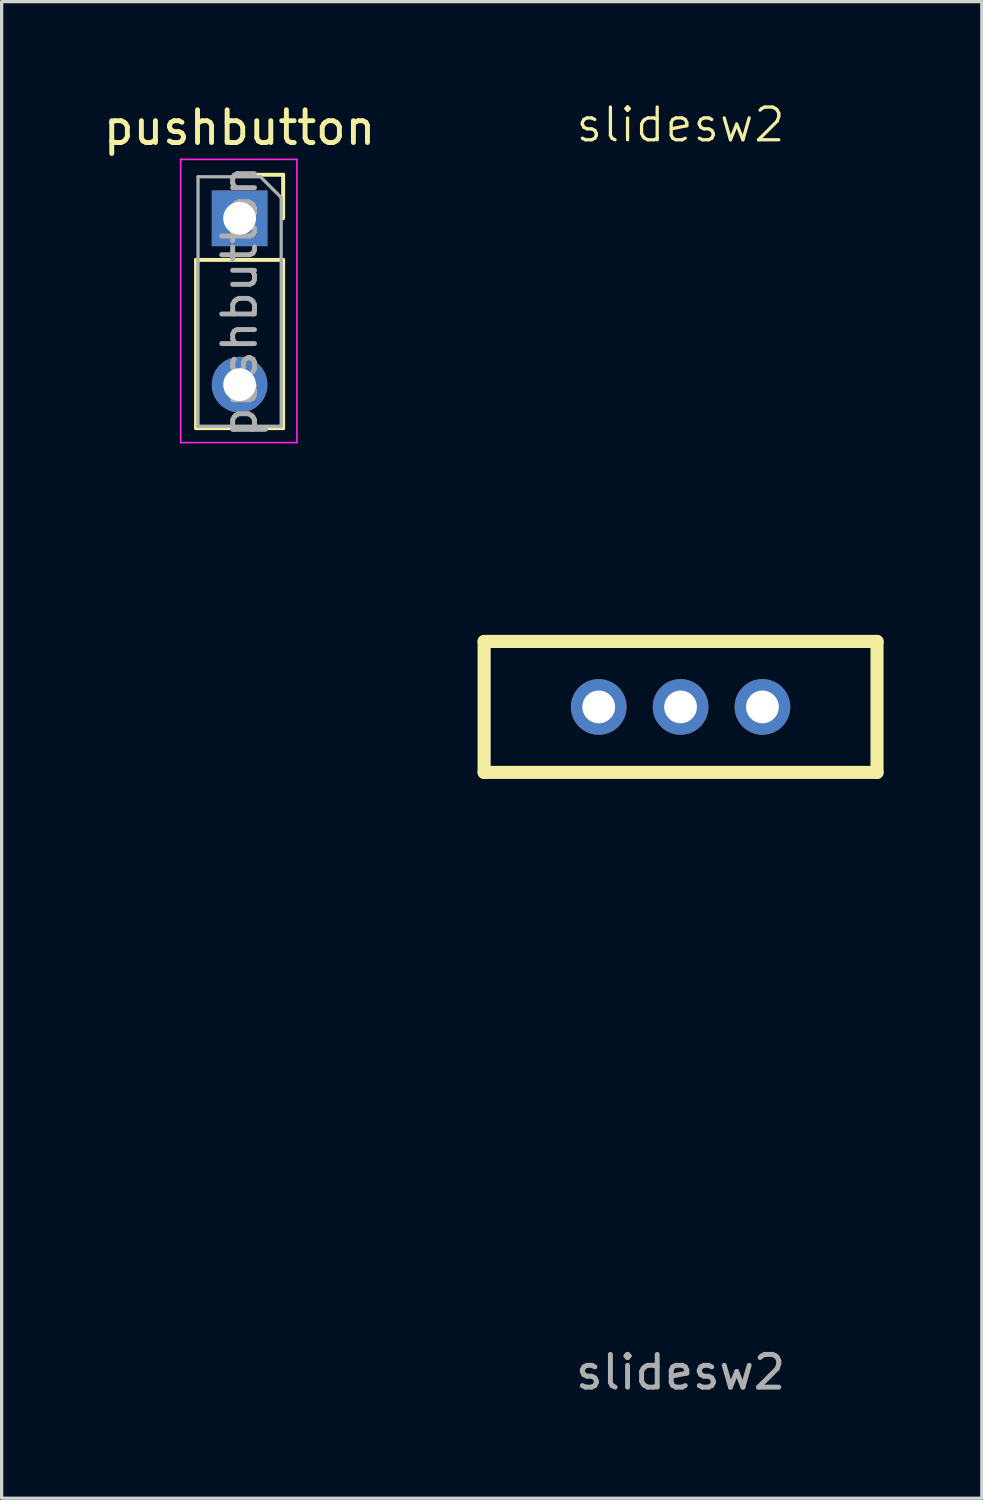
<source format=kicad_pcb>
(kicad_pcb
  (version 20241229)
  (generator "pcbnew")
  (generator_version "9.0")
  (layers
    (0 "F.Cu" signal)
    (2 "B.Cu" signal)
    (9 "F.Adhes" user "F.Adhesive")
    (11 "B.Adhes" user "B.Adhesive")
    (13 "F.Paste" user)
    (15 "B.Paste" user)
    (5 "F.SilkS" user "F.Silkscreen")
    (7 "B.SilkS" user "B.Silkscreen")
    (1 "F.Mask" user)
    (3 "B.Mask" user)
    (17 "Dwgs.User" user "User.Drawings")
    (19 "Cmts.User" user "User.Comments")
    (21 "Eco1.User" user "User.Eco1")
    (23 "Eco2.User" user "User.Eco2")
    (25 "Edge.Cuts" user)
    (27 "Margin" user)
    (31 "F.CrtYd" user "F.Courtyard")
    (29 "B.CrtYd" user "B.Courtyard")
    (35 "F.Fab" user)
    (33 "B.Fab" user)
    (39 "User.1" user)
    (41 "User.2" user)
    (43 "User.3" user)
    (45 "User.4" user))
  (footprint "pushbutton"
    (layer "F.Cu")
    (at 4.268 3.618)
    (property "Reference" "pushbutton" (at 0 -2.77 0) (layer "F.SilkS") (effects (font (size 1 1) (thickness 0.15))))
    (attr through_hole)
    (fp_line (start -1.33 1.27) (end -1.33 6.41) (stroke (width 0.12) (type solid)) (layer "F.SilkS"))
    (fp_line (start -1.33 1.27) (end 1.33 1.27) (stroke (width 0.12) (type solid)) (layer "F.SilkS"))
    (fp_line (start -1.33 6.41) (end 1.33 6.41) (stroke (width 0.12) (type solid)) (layer "F.SilkS"))
    (fp_line (start 0 -1.33) (end 1.33 -1.33) (stroke (width 0.12) (type solid)) (layer "F.SilkS"))
    (fp_line (start 1.33 -1.33) (end 1.33 0) (stroke (width 0.12) (type solid)) (layer "F.SilkS"))
    (fp_line (start 1.33 1.27) (end 1.33 6.41) (stroke (width 0.12) (type solid)) (layer "F.SilkS"))
    (fp_line (start -1.8 -1.8) (end 1.75 -1.8) (stroke (width 0.05) (type solid)) (layer "F.CrtYd"))
    (fp_line (start -1.8 6.85) (end -1.8 -1.8) (stroke (width 0.05) (type solid)) (layer "F.CrtYd"))
    (fp_line (start 1.75 -1.8) (end 1.75 6.85) (stroke (width 0.05) (type solid)) (layer "F.CrtYd"))
    (fp_line (start 1.75 6.85) (end -1.8 6.85) (stroke (width 0.05) (type solid)) (layer "F.CrtYd"))
    (fp_line (start -1.27 -1.27) (end 0.635 -1.27) (stroke (width 0.1) (type solid)) (layer "F.Fab"))
    (fp_line (start -1.27 6.35) (end -1.27 -1.27) (stroke (width 0.1) (type solid)) (layer "F.Fab"))
    (fp_line (start 0.635 -1.27) (end 1.27 -0.635) (stroke (width 0.1) (type solid)) (layer "F.Fab"))
    (fp_line (start 1.27 -0.635) (end 1.27 6.35) (stroke (width 0.1) (type solid)) (layer "F.Fab"))
    (fp_line (start 1.27 6.35) (end -1.27 6.35) (stroke (width 0.1) (type solid)) (layer "F.Fab"))
    (fp_text user "${REFERENCE}" (at 0 2.54 90) (layer "F.Fab") (effects (font (size 1 1) (thickness 0.15))))
    (pad "1" thru_hole rect (at 0 0) (size 1.7 1.7) (drill 1) (layers "*.Cu" "*.Mask"))
    (pad "2" thru_hole oval (at 0 5.08) (size 1.7 1.7) (drill 1) (layers "*.Cu" "*.Mask")))
  (footprint "slidesw2"
    (layer "F.Cu")
    (at 17.736 18.541)
    (property "Reference" "slidesw2" (at 0 -17.78 0) (unlocked yes) (layer "F.SilkS") (effects (font (size 1 1) (thickness 0.1))))
    (attr through_hole)
    (fp_line (start -6 -2) (end -6 2) (stroke (width 0.4) (type default)) (layer "F.SilkS"))
    (fp_line (start -6 2) (end 6 2) (stroke (width 0.4) (type default)) (layer "F.SilkS"))
    (fp_line (start 6 -2) (end -6 -2) (stroke (width 0.4) (type default)) (layer "F.SilkS"))
    (fp_line (start 6 2) (end 6 -2) (stroke (width 0.4) (type default)) (layer "F.SilkS"))
    (fp_text user "${REFERENCE}" (at 0 20.32 0) (unlocked yes) (layer "F.Fab") (effects (font (size 1 1) (thickness 0.15))))
    (pad "1" thru_hole circle (at -2.5 0) (size 1.7 1.7) (drill 1) (layers "*.Cu" "*.Mask"))
    (pad "2" thru_hole circle (at 0 0) (size 1.7 1.7) (drill 1) (layers "*.Cu" "*.Mask"))
    (pad "3" thru_hole circle (at 2.5 0) (size 1.7 1.7) (drill 1) (layers "*.Cu" "*.Mask")))
  (gr_rect
    (start -3 -3)
    (end 26.936 42.709)
    (stroke (width 0.1) (type default))
    (fill no)
    (layer "Edge.Cuts")))
</source>
